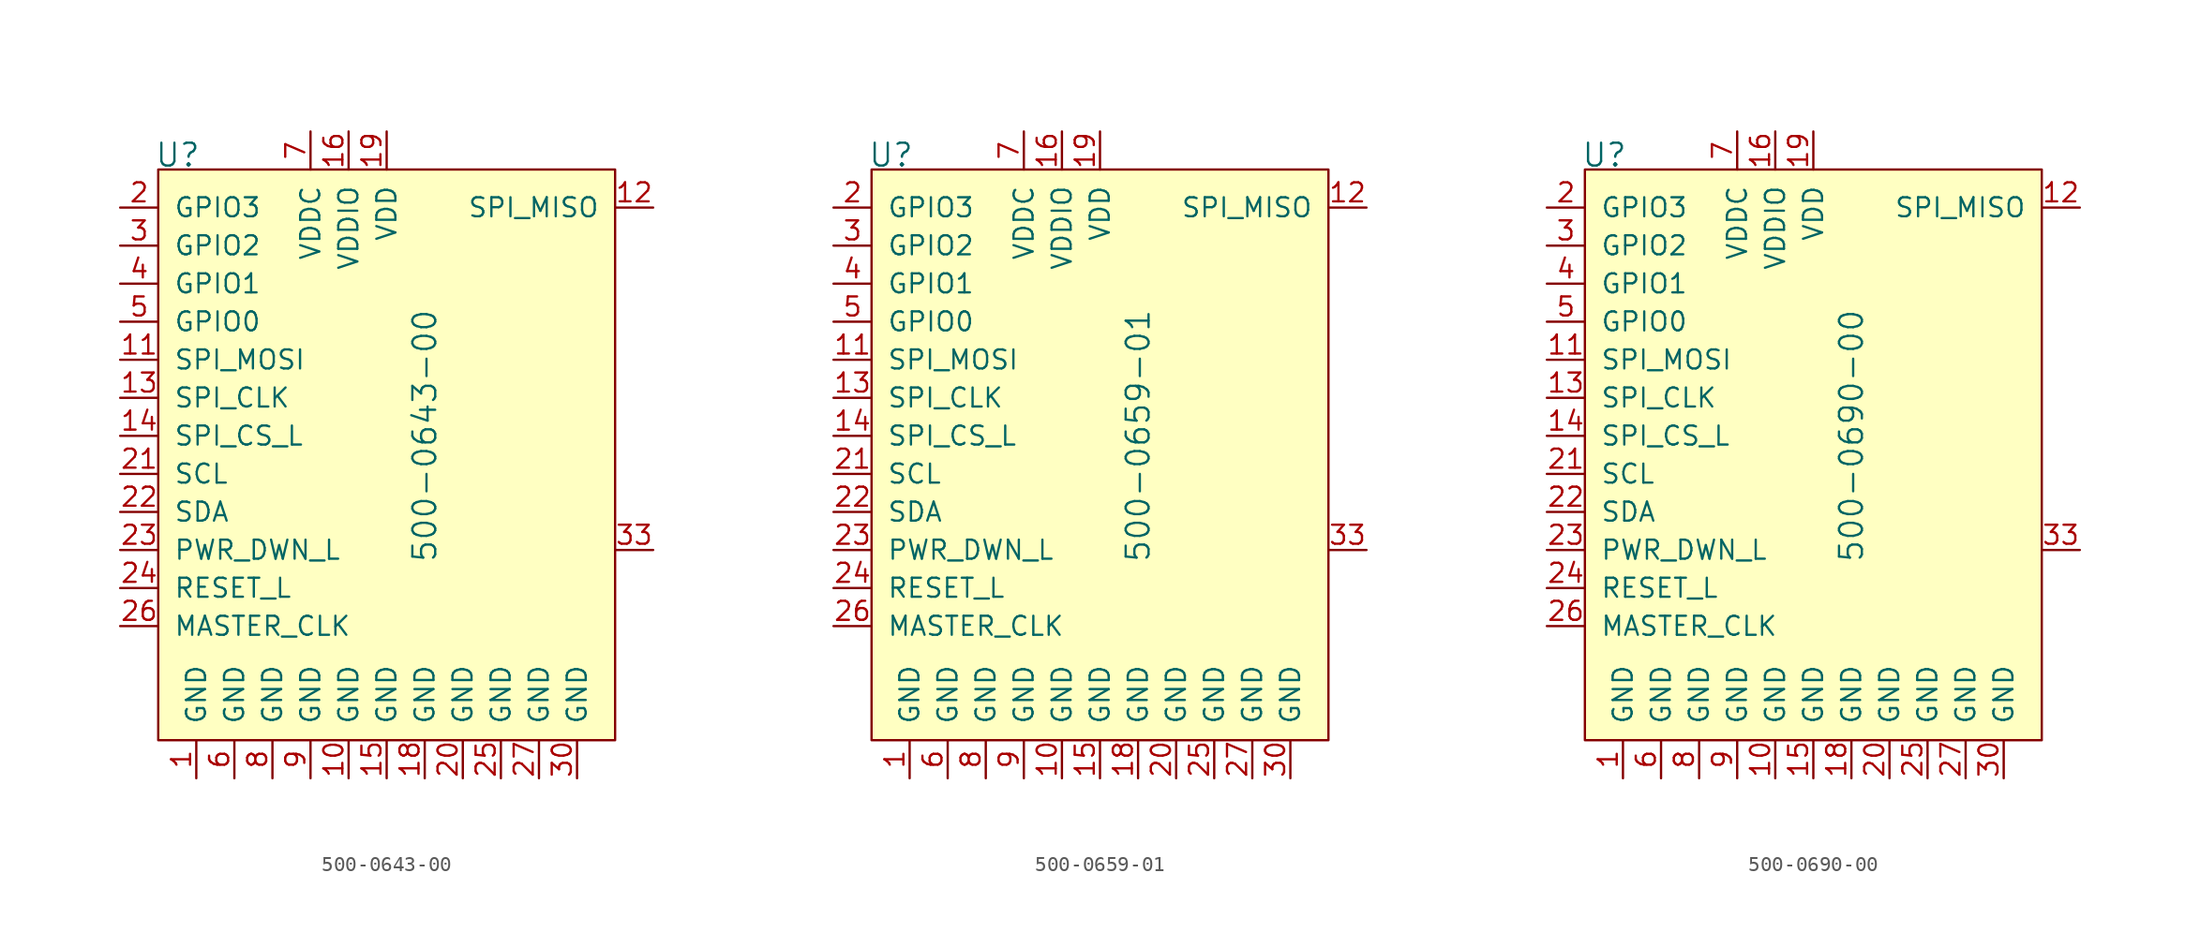
<source format=kicad_sym>
(kicad_symbol_lib
  (version 20201005)
  (generator kicad_symbol_editor)
  (symbol "500-0643-00"
    (pin_names
      (offset 1.016))
    (property "Reference" "U"
      (at -12.954 13.665 0)
      (effects (font (size 1.524 1.524)) (justify left)))
    (property "Value" "500-0643-00"
      (at 5.08 -5.08 90)
      (effects (font (size 1.524 1.524))))
    (symbol "500-0643-00_0_1"
      (rectangle (start -12.7 12.7) (end 17.78 -25.4) (stroke (width 0)) (fill (type background))))
    (symbol "500-0643-00_1_1"
      (pin power_in line (at -10.16 -27.94 90) (length 2.54) (name "GND" (effects (font (size 1.27 1.27)))) (number "1" (effects (font (size 1.27 1.27)))))
      (pin bidirectional line (at -15.24 10.16 0) (length 2.54) (name "GPIO3" (effects (font (size 1.27 1.27)))) (number "2" (effects (font (size 1.27 1.27)))))
      (pin bidirectional line (at -15.24 7.62 0) (length 2.54) (name "GPIO2" (effects (font (size 1.27 1.27)))) (number "3" (effects (font (size 1.27 1.27)))))
      (pin bidirectional line (at -15.24 5.08 0) (length 2.54) (name "GPIO1" (effects (font (size 1.27 1.27)))) (number "4" (effects (font (size 1.27 1.27)))))
      (pin bidirectional line (at -15.24 2.54 0) (length 2.54) (name "GPIO0" (effects (font (size 1.27 1.27)))) (number "5" (effects (font (size 1.27 1.27)))))
      (pin power_in line (at -7.62 -27.94 90) (length 2.54) (name "GND" (effects (font (size 1.27 1.27)))) (number "6" (effects (font (size 1.27 1.27)))))
      (pin power_in line (at -2.54 15.24 270) (length 2.54) (name "VDDC" (effects (font (size 1.27 1.27)))) (number "7" (effects (font (size 1.27 1.27)))))
      (pin power_in line (at -5.08 -27.94 90) (length 2.54) (name "GND" (effects (font (size 1.27 1.27)))) (number "8" (effects (font (size 1.27 1.27)))))
      (pin power_in line (at -2.54 -27.94 90) (length 2.54) (name "GND" (effects (font (size 1.27 1.27)))) (number "9" (effects (font (size 1.27 1.27)))))
      (pin power_in line (at 0 -27.94 90) (length 2.54) (name "GND" (effects (font (size 1.27 1.27)))) (number "10" (effects (font (size 1.27 1.27)))))
      (pin power_in line (at 7.62 -27.94 90) (length 2.54) (name "GND" (effects (font (size 1.27 1.27)))) (number "20" (effects (font (size 1.27 1.27)))))
      (pin power_in line (at 15.24 -27.94 90) (length 2.54) (name "GND" (effects (font (size 1.27 1.27)))) (number "30" (effects (font (size 1.27 1.27)))))
      (pin input line (at -15.24 0 0) (length 2.54) (name "SPI_MOSI" (effects (font (size 1.27 1.27)))) (number "11" (effects (font (size 1.27 1.27)))))
      (pin input line (at -15.24 -7.62 0) (length 2.54) (name "SCL" (effects (font (size 1.27 1.27)))) (number "21" (effects (font (size 1.27 1.27)))))
      (pin no_connect line (at 17.78 0 180) (length 2.54) hide (name "RES" (effects (font (size 1.27 1.27)))) (number "31" (effects (font (size 1.27 1.27)))))
      (pin output line (at 20.32 10.16 180) (length 2.54) (name "SPI_MISO" (effects (font (size 1.27 1.27)))) (number "12" (effects (font (size 1.27 1.27)))))
      (pin bidirectional line (at -15.24 -10.16 0) (length 2.54) (name "SDA" (effects (font (size 1.27 1.27)))) (number "22" (effects (font (size 1.27 1.27)))))
      (pin no_connect line (at 17.78 -2.54 180) (length 2.54) hide (name "RES" (effects (font (size 1.27 1.27)))) (number "32" (effects (font (size 1.27 1.27)))))
      (pin input line (at -15.24 -2.54 0) (length 2.54) (name "SPI_CLK" (effects (font (size 1.27 1.27)))) (number "13" (effects (font (size 1.27 1.27)))))
      (pin input line (at -15.24 -12.7 0) (length 2.54) (name "PWR_DWN_L" (effects (font (size 1.27 1.27)))) (number "23" (effects (font (size 1.27 1.27)))))
      (pin unspecified line (at 20.32 -12.7 180) (length 2.54) (name "~" (effects (font (size 1.27 1.27)))) (number "33" (effects (font (size 1.27 1.27)))))
      (pin input line (at -15.24 -5.08 0) (length 2.54) (name "SPI_CS_L" (effects (font (size 1.27 1.27)))) (number "14" (effects (font (size 1.27 1.27)))))
      (pin input line (at -15.24 -15.24 0) (length 2.54) (name "RESET_L" (effects (font (size 1.27 1.27)))) (number "24" (effects (font (size 1.27 1.27)))))
      (pin power_in line (at 2.54 -27.94 90) (length 2.54) (name "GND" (effects (font (size 1.27 1.27)))) (number "15" (effects (font (size 1.27 1.27)))))
      (pin power_in line (at 10.16 -27.94 90) (length 2.54) (name "GND" (effects (font (size 1.27 1.27)))) (number "25" (effects (font (size 1.27 1.27)))))
      (pin power_in line (at 0 15.24 270) (length 2.54) (name "VDDIO" (effects (font (size 1.27 1.27)))) (number "16" (effects (font (size 1.27 1.27)))))
      (pin input line (at -15.24 -17.78 0) (length 2.54) (name "MASTER_CLK" (effects (font (size 1.27 1.27)))) (number "26" (effects (font (size 1.27 1.27)))))
      (pin no_connect line (at 17.78 -7.62 180) (length 2.54) hide (name "NC" (effects (font (size 1.27 1.27)))) (number "17" (effects (font (size 1.27 1.27)))))
      (pin power_in line (at 12.7 -27.94 90) (length 2.54) (name "GND" (effects (font (size 1.27 1.27)))) (number "27" (effects (font (size 1.27 1.27)))))
      (pin power_in line (at 5.08 -27.94 90) (length 2.54) (name "GND" (effects (font (size 1.27 1.27)))) (number "18" (effects (font (size 1.27 1.27)))))
      (pin no_connect line (at 17.78 5.08 180) (length 2.54) hide (name "RES" (effects (font (size 1.27 1.27)))) (number "28" (effects (font (size 1.27 1.27)))))
      (pin power_in line (at 2.54 15.24 270) (length 2.54) (name "VDD" (effects (font (size 1.27 1.27)))) (number "19" (effects (font (size 1.27 1.27)))))
      (pin no_connect line (at 17.78 2.54 180) (length 2.54) hide (name "RES" (effects (font (size 1.27 1.27)))) (number "29" (effects (font (size 1.27 1.27)))))))
  (symbol "500-0659-01"
    (pin_names
      (offset 1.016))
    (property "Reference" "U"
      (at -12.954 13.665 0)
      (effects (font (size 1.524 1.524)) (justify left)))
    (property "Value" "500-0659-01"
      (at 5.08 -5.08 90)
      (effects (font (size 1.524 1.524))))
    (symbol "500-0659-01_0_1"
      (rectangle (start -12.7 12.7) (end 17.78 -25.4) (stroke (width 0)) (fill (type background))))
    (symbol "500-0659-01_1_1"
      (pin power_in line (at -10.16 -27.94 90) (length 2.54) (name "GND" (effects (font (size 1.27 1.27)))) (number "1" (effects (font (size 1.27 1.27)))))
      (pin bidirectional line (at -15.24 10.16 0) (length 2.54) (name "GPIO3" (effects (font (size 1.27 1.27)))) (number "2" (effects (font (size 1.27 1.27)))))
      (pin bidirectional line (at -15.24 7.62 0) (length 2.54) (name "GPIO2" (effects (font (size 1.27 1.27)))) (number "3" (effects (font (size 1.27 1.27)))))
      (pin bidirectional line (at -15.24 5.08 0) (length 2.54) (name "GPIO1" (effects (font (size 1.27 1.27)))) (number "4" (effects (font (size 1.27 1.27)))))
      (pin bidirectional line (at -15.24 2.54 0) (length 2.54) (name "GPIO0" (effects (font (size 1.27 1.27)))) (number "5" (effects (font (size 1.27 1.27)))))
      (pin power_in line (at -7.62 -27.94 90) (length 2.54) (name "GND" (effects (font (size 1.27 1.27)))) (number "6" (effects (font (size 1.27 1.27)))))
      (pin power_in line (at -2.54 15.24 270) (length 2.54) (name "VDDC" (effects (font (size 1.27 1.27)))) (number "7" (effects (font (size 1.27 1.27)))))
      (pin power_in line (at -5.08 -27.94 90) (length 2.54) (name "GND" (effects (font (size 1.27 1.27)))) (number "8" (effects (font (size 1.27 1.27)))))
      (pin power_in line (at -2.54 -27.94 90) (length 2.54) (name "GND" (effects (font (size 1.27 1.27)))) (number "9" (effects (font (size 1.27 1.27)))))
      (pin power_in line (at 0 -27.94 90) (length 2.54) (name "GND" (effects (font (size 1.27 1.27)))) (number "10" (effects (font (size 1.27 1.27)))))
      (pin power_in line (at 7.62 -27.94 90) (length 2.54) (name "GND" (effects (font (size 1.27 1.27)))) (number "20" (effects (font (size 1.27 1.27)))))
      (pin power_in line (at 15.24 -27.94 90) (length 2.54) (name "GND" (effects (font (size 1.27 1.27)))) (number "30" (effects (font (size 1.27 1.27)))))
      (pin input line (at -15.24 0 0) (length 2.54) (name "SPI_MOSI" (effects (font (size 1.27 1.27)))) (number "11" (effects (font (size 1.27 1.27)))))
      (pin input line (at -15.24 -7.62 0) (length 2.54) (name "SCL" (effects (font (size 1.27 1.27)))) (number "21" (effects (font (size 1.27 1.27)))))
      (pin no_connect line (at 17.78 0 180) (length 2.54) hide (name "RES" (effects (font (size 1.27 1.27)))) (number "31" (effects (font (size 1.27 1.27)))))
      (pin output line (at 20.32 10.16 180) (length 2.54) (name "SPI_MISO" (effects (font (size 1.27 1.27)))) (number "12" (effects (font (size 1.27 1.27)))))
      (pin bidirectional line (at -15.24 -10.16 0) (length 2.54) (name "SDA" (effects (font (size 1.27 1.27)))) (number "22" (effects (font (size 1.27 1.27)))))
      (pin no_connect line (at 17.78 -2.54 180) (length 2.54) hide (name "RES" (effects (font (size 1.27 1.27)))) (number "32" (effects (font (size 1.27 1.27)))))
      (pin input line (at -15.24 -2.54 0) (length 2.54) (name "SPI_CLK" (effects (font (size 1.27 1.27)))) (number "13" (effects (font (size 1.27 1.27)))))
      (pin input line (at -15.24 -12.7 0) (length 2.54) (name "PWR_DWN_L" (effects (font (size 1.27 1.27)))) (number "23" (effects (font (size 1.27 1.27)))))
      (pin unspecified line (at 20.32 -12.7 180) (length 2.54) (name "~" (effects (font (size 1.27 1.27)))) (number "33" (effects (font (size 1.27 1.27)))))
      (pin input line (at -15.24 -5.08 0) (length 2.54) (name "SPI_CS_L" (effects (font (size 1.27 1.27)))) (number "14" (effects (font (size 1.27 1.27)))))
      (pin input line (at -15.24 -15.24 0) (length 2.54) (name "RESET_L" (effects (font (size 1.27 1.27)))) (number "24" (effects (font (size 1.27 1.27)))))
      (pin power_in line (at 2.54 -27.94 90) (length 2.54) (name "GND" (effects (font (size 1.27 1.27)))) (number "15" (effects (font (size 1.27 1.27)))))
      (pin power_in line (at 10.16 -27.94 90) (length 2.54) (name "GND" (effects (font (size 1.27 1.27)))) (number "25" (effects (font (size 1.27 1.27)))))
      (pin power_in line (at 0 15.24 270) (length 2.54) (name "VDDIO" (effects (font (size 1.27 1.27)))) (number "16" (effects (font (size 1.27 1.27)))))
      (pin input line (at -15.24 -17.78 0) (length 2.54) (name "MASTER_CLK" (effects (font (size 1.27 1.27)))) (number "26" (effects (font (size 1.27 1.27)))))
      (pin no_connect line (at 17.78 -7.62 180) (length 2.54) hide (name "NC" (effects (font (size 1.27 1.27)))) (number "17" (effects (font (size 1.27 1.27)))))
      (pin power_in line (at 12.7 -27.94 90) (length 2.54) (name "GND" (effects (font (size 1.27 1.27)))) (number "27" (effects (font (size 1.27 1.27)))))
      (pin power_in line (at 5.08 -27.94 90) (length 2.54) (name "GND" (effects (font (size 1.27 1.27)))) (number "18" (effects (font (size 1.27 1.27)))))
      (pin no_connect line (at 17.78 5.08 180) (length 2.54) hide (name "RES" (effects (font (size 1.27 1.27)))) (number "28" (effects (font (size 1.27 1.27)))))
      (pin power_in line (at 2.54 15.24 270) (length 2.54) (name "VDD" (effects (font (size 1.27 1.27)))) (number "19" (effects (font (size 1.27 1.27)))))
      (pin no_connect line (at 17.78 2.54 180) (length 2.54) hide (name "RES" (effects (font (size 1.27 1.27)))) (number "29" (effects (font (size 1.27 1.27)))))))
  (symbol "500-0690-00"
    (pin_names
      (offset 1.016))
    (property "Reference" "U"
      (at -12.954 13.665 0)
      (effects (font (size 1.524 1.524)) (justify left)))
    (property "Value" "500-0690-00"
      (at 5.08 -5.08 90)
      (effects (font (size 1.524 1.524))))
    (symbol "500-0690-00_0_1"
      (rectangle (start -12.7 12.7) (end 17.78 -25.4) (stroke (width 0)) (fill (type background))))
    (symbol "500-0690-00_1_1"
      (pin power_in line (at -10.16 -27.94 90) (length 2.54) (name "GND" (effects (font (size 1.27 1.27)))) (number "1" (effects (font (size 1.27 1.27)))))
      (pin bidirectional line (at -15.24 10.16 0) (length 2.54) (name "GPIO3" (effects (font (size 1.27 1.27)))) (number "2" (effects (font (size 1.27 1.27)))))
      (pin bidirectional line (at -15.24 7.62 0) (length 2.54) (name "GPIO2" (effects (font (size 1.27 1.27)))) (number "3" (effects (font (size 1.27 1.27)))))
      (pin bidirectional line (at -15.24 5.08 0) (length 2.54) (name "GPIO1" (effects (font (size 1.27 1.27)))) (number "4" (effects (font (size 1.27 1.27)))))
      (pin bidirectional line (at -15.24 2.54 0) (length 2.54) (name "GPIO0" (effects (font (size 1.27 1.27)))) (number "5" (effects (font (size 1.27 1.27)))))
      (pin power_in line (at -7.62 -27.94 90) (length 2.54) (name "GND" (effects (font (size 1.27 1.27)))) (number "6" (effects (font (size 1.27 1.27)))))
      (pin power_in line (at -2.54 15.24 270) (length 2.54) (name "VDDC" (effects (font (size 1.27 1.27)))) (number "7" (effects (font (size 1.27 1.27)))))
      (pin power_in line (at -5.08 -27.94 90) (length 2.54) (name "GND" (effects (font (size 1.27 1.27)))) (number "8" (effects (font (size 1.27 1.27)))))
      (pin power_in line (at -2.54 -27.94 90) (length 2.54) (name "GND" (effects (font (size 1.27 1.27)))) (number "9" (effects (font (size 1.27 1.27)))))
      (pin power_in line (at 0 -27.94 90) (length 2.54) (name "GND" (effects (font (size 1.27 1.27)))) (number "10" (effects (font (size 1.27 1.27)))))
      (pin power_in line (at 7.62 -27.94 90) (length 2.54) (name "GND" (effects (font (size 1.27 1.27)))) (number "20" (effects (font (size 1.27 1.27)))))
      (pin power_in line (at 15.24 -27.94 90) (length 2.54) (name "GND" (effects (font (size 1.27 1.27)))) (number "30" (effects (font (size 1.27 1.27)))))
      (pin input line (at -15.24 0 0) (length 2.54) (name "SPI_MOSI" (effects (font (size 1.27 1.27)))) (number "11" (effects (font (size 1.27 1.27)))))
      (pin input line (at -15.24 -7.62 0) (length 2.54) (name "SCL" (effects (font (size 1.27 1.27)))) (number "21" (effects (font (size 1.27 1.27)))))
      (pin no_connect line (at 17.78 0 180) (length 2.54) hide (name "RES" (effects (font (size 1.27 1.27)))) (number "31" (effects (font (size 1.27 1.27)))))
      (pin output line (at 20.32 10.16 180) (length 2.54) (name "SPI_MISO" (effects (font (size 1.27 1.27)))) (number "12" (effects (font (size 1.27 1.27)))))
      (pin bidirectional line (at -15.24 -10.16 0) (length 2.54) (name "SDA" (effects (font (size 1.27 1.27)))) (number "22" (effects (font (size 1.27 1.27)))))
      (pin no_connect line (at 17.78 -2.54 180) (length 2.54) hide (name "RES" (effects (font (size 1.27 1.27)))) (number "32" (effects (font (size 1.27 1.27)))))
      (pin input line (at -15.24 -2.54 0) (length 2.54) (name "SPI_CLK" (effects (font (size 1.27 1.27)))) (number "13" (effects (font (size 1.27 1.27)))))
      (pin input line (at -15.24 -12.7 0) (length 2.54) (name "PWR_DWN_L" (effects (font (size 1.27 1.27)))) (number "23" (effects (font (size 1.27 1.27)))))
      (pin unspecified line (at 20.32 -12.7 180) (length 2.54) (name "~" (effects (font (size 1.27 1.27)))) (number "33" (effects (font (size 1.27 1.27)))))
      (pin input line (at -15.24 -5.08 0) (length 2.54) (name "SPI_CS_L" (effects (font (size 1.27 1.27)))) (number "14" (effects (font (size 1.27 1.27)))))
      (pin input line (at -15.24 -15.24 0) (length 2.54) (name "RESET_L" (effects (font (size 1.27 1.27)))) (number "24" (effects (font (size 1.27 1.27)))))
      (pin power_in line (at 2.54 -27.94 90) (length 2.54) (name "GND" (effects (font (size 1.27 1.27)))) (number "15" (effects (font (size 1.27 1.27)))))
      (pin power_in line (at 10.16 -27.94 90) (length 2.54) (name "GND" (effects (font (size 1.27 1.27)))) (number "25" (effects (font (size 1.27 1.27)))))
      (pin power_in line (at 0 15.24 270) (length 2.54) (name "VDDIO" (effects (font (size 1.27 1.27)))) (number "16" (effects (font (size 1.27 1.27)))))
      (pin input line (at -15.24 -17.78 0) (length 2.54) (name "MASTER_CLK" (effects (font (size 1.27 1.27)))) (number "26" (effects (font (size 1.27 1.27)))))
      (pin no_connect line (at 17.78 -7.62 180) (length 2.54) hide (name "NC" (effects (font (size 1.27 1.27)))) (number "17" (effects (font (size 1.27 1.27)))))
      (pin power_in line (at 12.7 -27.94 90) (length 2.54) (name "GND" (effects (font (size 1.27 1.27)))) (number "27" (effects (font (size 1.27 1.27)))))
      (pin power_in line (at 5.08 -27.94 90) (length 2.54) (name "GND" (effects (font (size 1.27 1.27)))) (number "18" (effects (font (size 1.27 1.27)))))
      (pin no_connect line (at 17.78 5.08 180) (length 2.54) hide (name "RES" (effects (font (size 1.27 1.27)))) (number "28" (effects (font (size 1.27 1.27)))))
      (pin power_in line (at 2.54 15.24 270) (length 2.54) (name "VDD" (effects (font (size 1.27 1.27)))) (number "19" (effects (font (size 1.27 1.27)))))
      (pin no_connect line (at 17.78 2.54 180) (length 2.54) hide (name "RES" (effects (font (size 1.27 1.27)))) (number "29" (effects (font (size 1.27 1.27))))))))
</source>
